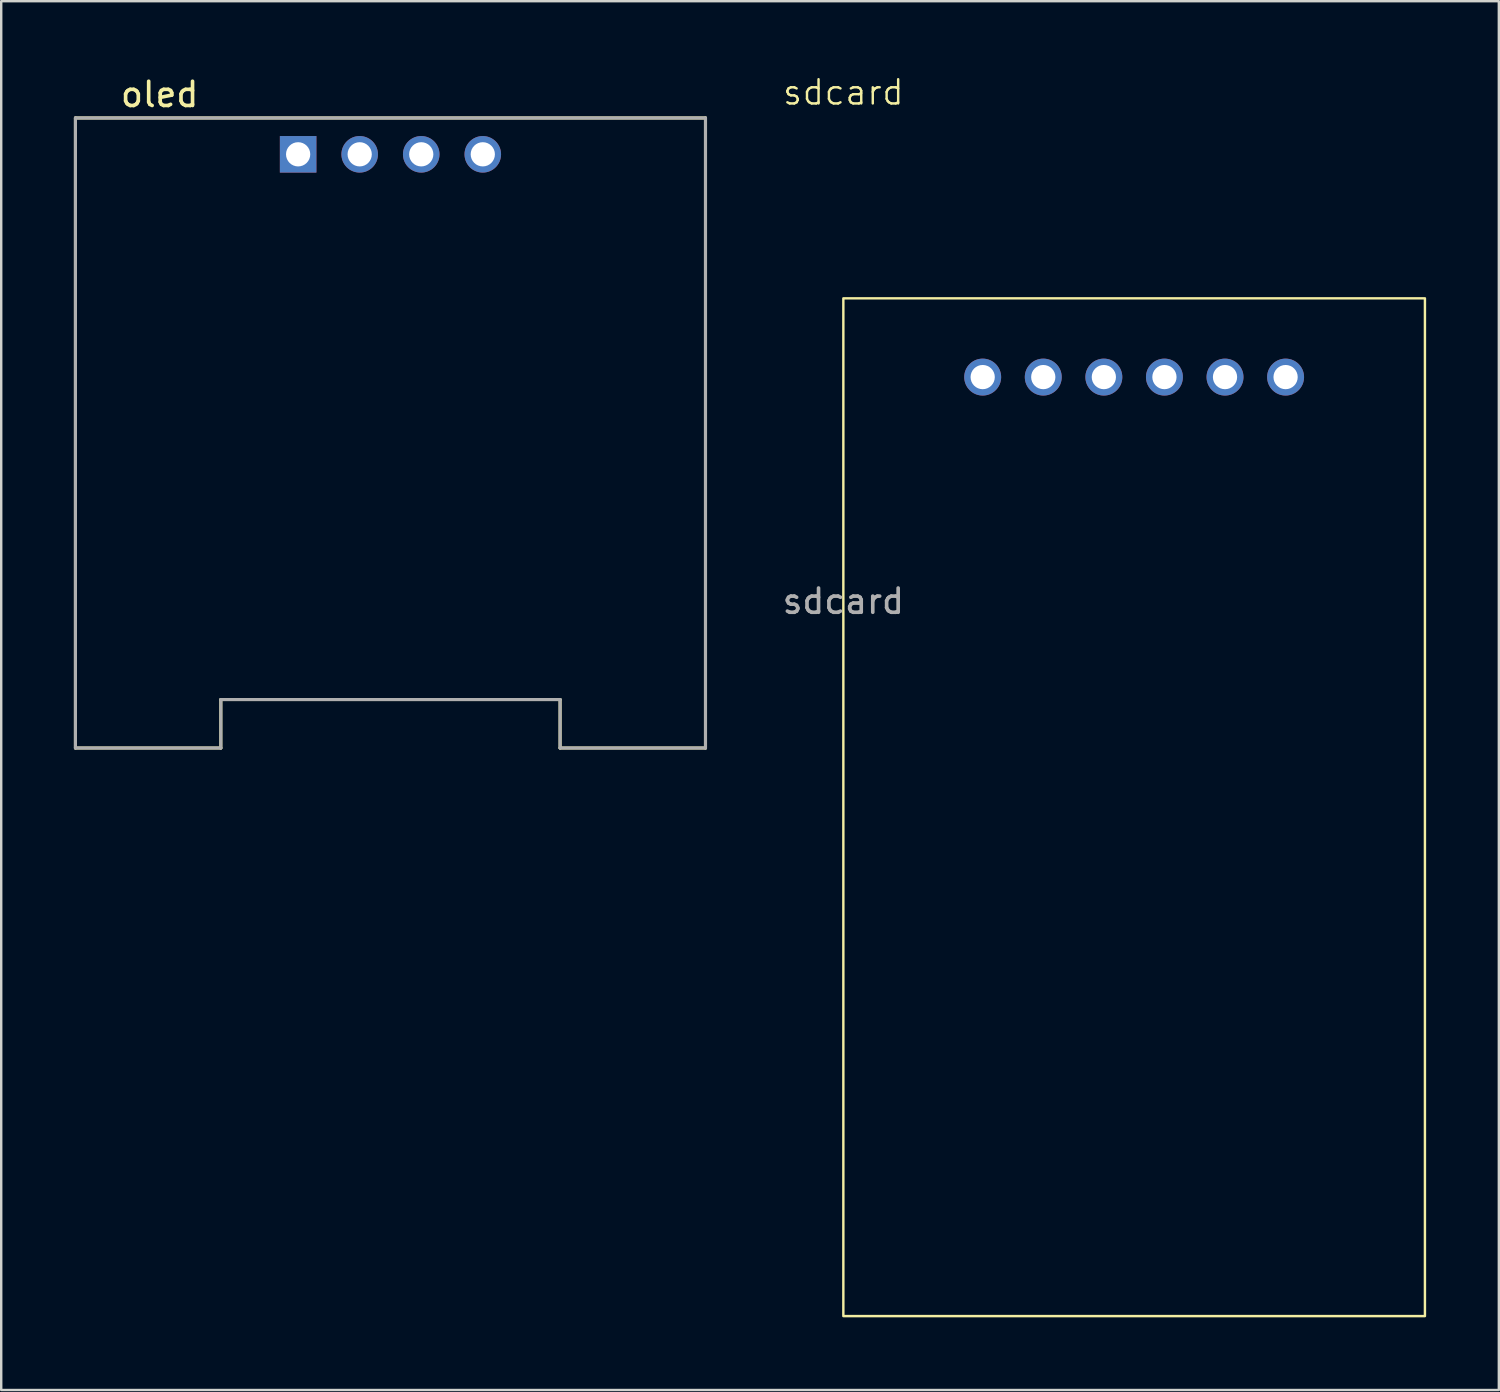
<source format=kicad_pcb>
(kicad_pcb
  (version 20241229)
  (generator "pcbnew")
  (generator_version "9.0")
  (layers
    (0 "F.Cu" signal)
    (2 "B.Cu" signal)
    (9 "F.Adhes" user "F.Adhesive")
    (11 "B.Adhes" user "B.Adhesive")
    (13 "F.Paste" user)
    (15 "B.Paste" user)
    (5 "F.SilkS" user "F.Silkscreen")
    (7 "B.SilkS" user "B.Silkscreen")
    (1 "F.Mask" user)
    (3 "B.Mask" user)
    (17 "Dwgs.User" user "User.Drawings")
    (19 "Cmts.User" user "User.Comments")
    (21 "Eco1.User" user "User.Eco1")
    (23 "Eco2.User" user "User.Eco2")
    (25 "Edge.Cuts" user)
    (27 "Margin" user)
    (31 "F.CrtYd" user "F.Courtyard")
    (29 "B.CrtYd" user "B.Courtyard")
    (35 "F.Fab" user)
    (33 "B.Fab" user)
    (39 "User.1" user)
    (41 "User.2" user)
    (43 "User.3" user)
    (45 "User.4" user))
  (footprint "sdcard"
    (layer "F.Cu")
    (at 31.752 9.261)
    (property "Reference" "sdcard" (at 0 -8.5 0) (unlocked yes) (layer "F.SilkS") (effects (font (size 1 1) (thickness 0.1))))
    (attr through_hole)
    (fp_rect (start 0 0) (end 24 42) (stroke (width 0.1) (type default)) (fill no) (layer "F.SilkS"))
    (fp_text user "${REFERENCE}" (at 0 12.5 0) (unlocked yes) (layer "F.Fab") (effects (font (size 1 1) (thickness 0.15))))
    (pad "1" thru_hole circle (at 5.75 3.25) (size 1.524 1.524) (drill 1) (layers "*.Cu" "*.Mask"))
    (pad "2" thru_hole circle (at 8.25 3.25) (size 1.524 1.524) (drill 1) (layers "*.Cu" "*.Mask"))
    (pad "3" thru_hole circle (at 10.75 3.25) (size 1.524 1.524) (drill 1) (layers "*.Cu" "*.Mask"))
    (pad "4" thru_hole circle (at 13.25 3.25) (size 1.524 1.524) (drill 1) (layers "*.Cu" "*.Mask"))
    (pad "5" thru_hole circle (at 15.75 3.25) (size 1.524 1.524) (drill 1) (layers "*.Cu" "*.Mask"))
    (pad "6" thru_hole circle (at 18.25 3.25) (size 1.524 1.524) (drill 1) (layers "*.Cu" "*.Mask")))
  (footprint "oled"
    (layer "F.Cu")
    (at 13.063 14.818)
    (property "Reference" "oled" (at -9.525 -13.97 0) (layer "F.SilkS") (effects (font (size 1 1) (thickness 0.15))))
    (attr through_hole)
    (fp_line (start -13 -13) (end 13 -13) (stroke (width 0.127) (type solid)) (layer "F.SilkS"))
    (fp_line (start -13 13) (end -13 -13) (stroke (width 0.127) (type solid)) (layer "F.SilkS"))
    (fp_line (start -7 11) (end -7 13) (stroke (width 0.127) (type solid)) (layer "F.SilkS"))
    (fp_line (start -7 13) (end -13 13) (stroke (width 0.127) (type solid)) (layer "F.SilkS"))
    (fp_line (start 7 11) (end -7 11) (stroke (width 0.127) (type solid)) (layer "F.SilkS"))
    (fp_line (start 7 13) (end 7 11) (stroke (width 0.127) (type solid)) (layer "F.SilkS"))
    (fp_line (start 13 -13) (end 13 13) (stroke (width 0.127) (type solid)) (layer "F.SilkS"))
    (fp_line (start 13 13) (end 7 13) (stroke (width 0.127) (type solid)) (layer "F.SilkS"))
    (fp_line (start -13 -13) (end 13 -13) (stroke (width 0.127) (type solid)) (layer "F.Fab"))
    (fp_line (start -13 13) (end -13 -13) (stroke (width 0.127) (type solid)) (layer "F.Fab"))
    (fp_line (start -7 11) (end 7 11) (stroke (width 0.127) (type solid)) (layer "F.Fab"))
    (fp_line (start -7 13) (end -13 13) (stroke (width 0.127) (type solid)) (layer "F.Fab"))
    (fp_line (start -7 13) (end -7 11) (stroke (width 0.127) (type solid)) (layer "F.Fab"))
    (fp_line (start 7 11) (end 7 13) (stroke (width 0.127) (type solid)) (layer "F.Fab"))
    (fp_line (start 13 -13) (end 13 13) (stroke (width 0.127) (type solid)) (layer "F.Fab"))
    (fp_line (start 13 13) (end 7 13) (stroke (width 0.127) (type solid)) (layer "F.Fab"))
    (pad "1" thru_hole rect (at -3.81 -11.5) (size 1.508 1.508) (drill 1) (layers "*.Cu" "*.Mask"))
    (pad "2" thru_hole circle (at -1.27 -11.5) (size 1.508 1.508) (drill 1) (layers "*.Cu" "*.Mask"))
    (pad "3" thru_hole circle (at 1.27 -11.5) (size 1.508 1.508) (drill 1) (layers "*.Cu" "*.Mask"))
    (pad "4" thru_hole circle (at 3.81 -11.5) (size 1.508 1.508) (drill 1) (layers "*.Cu" "*.Mask")))
  (gr_rect
    (start -3 -3)
    (end 58.802 54.31)
    (stroke (width 0.1) (type default))
    (fill no)
    (layer "Edge.Cuts")))
</source>
